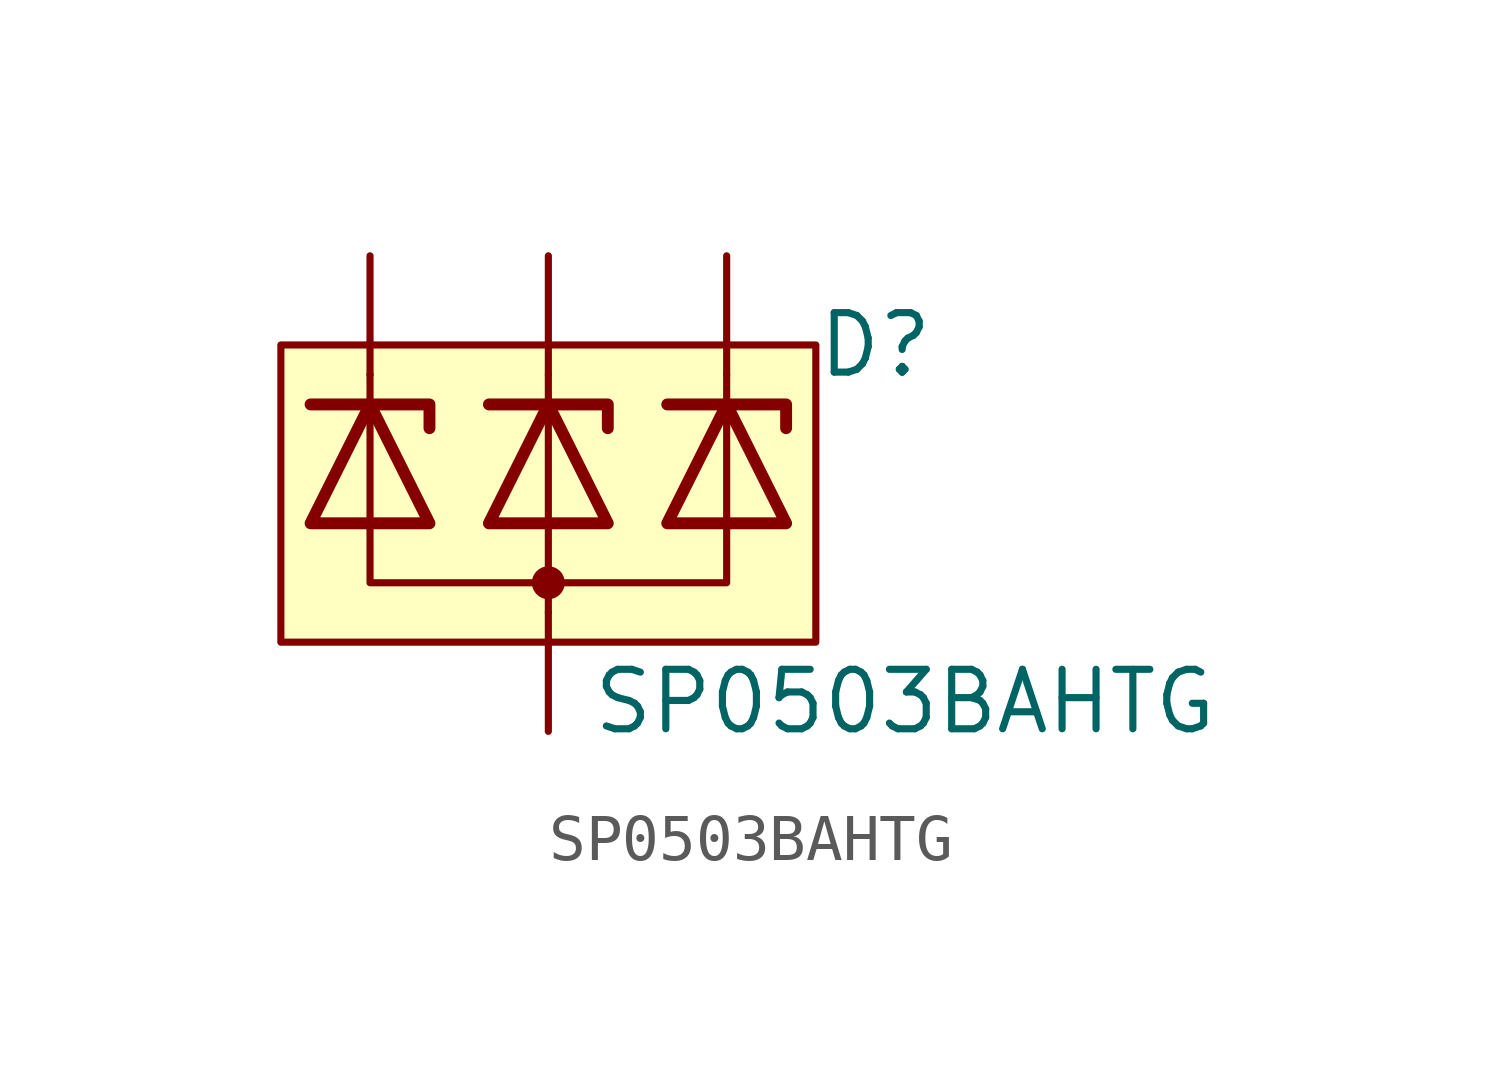
<source format=kicad_sym>
(kicad_symbol_lib
  (version 20211014)
  (generator kicad_symbol_editor)
  (symbol "SP0503BAHTG"
    (pin_numbers hide)
    (pin_names
      (offset 0) hide)
    (property "Reference" "D"
      (at 6.985 3.175 0)
      (effects (font (size 1.27 1.27))))
    (property "Value" "SP0503BAHTG"
      (at 7.62 -4.445 0)
      (effects (font (size 1.27 1.27))))
    (symbol "SP0503BAHTG_0_1"
      (rectangle (start -5.715 3.175) (end 5.715 -3.175) (stroke (width 0) (type default) (color 0 0 0 0)) (fill (type background)))
      (circle (center 0 -1.905) (radius 0.276) (stroke (width 0) (type default) (color 0 0 0 0)) (fill (type outline)))
      (polyline (pts (xy -3.81 -0.635) (xy -3.81 1.905)) (stroke (width 0) (type default) (color 0 0 0 0)) (fill (type none)))
      (polyline (pts (xy -3.81 2.54) (xy -3.81 1.905)) (stroke (width 0) (type default) (color 0 0 0 0)) (fill (type none)))
      (polyline (pts (xy 0 -2.54) (xy 0 -1.905)) (stroke (width 0) (type default) (color 0 0 0 0)) (fill (type none)))
      (polyline (pts (xy 0 -1.905) (xy 0 -0.635)) (stroke (width 0) (type default) (color 0 0 0 0)) (fill (type none)))
      (polyline (pts (xy 0 -0.635) (xy 0 1.905)) (stroke (width 0) (type default) (color 0 0 0 0)) (fill (type none)))
      (polyline (pts (xy 0 2.54) (xy 0 1.905)) (stroke (width 0) (type default) (color 0 0 0 0)) (fill (type none)))
      (polyline (pts (xy 3.81 -0.635) (xy 3.81 1.905)) (stroke (width 0) (type default) (color 0 0 0 0)) (fill (type none)))
      (polyline (pts (xy 3.81 2.54) (xy 3.81 1.905)) (stroke (width 0) (type default) (color 0 0 0 0)) (fill (type none)))
      (polyline (pts (xy -5.08 1.905) (xy -2.54 1.905) (xy -2.54 1.397)) (stroke (width 0.254) (type default) (color 0 0 0 0)) (fill (type none)))
      (polyline (pts (xy -1.27 1.905) (xy 1.27 1.905) (xy 1.27 1.397)) (stroke (width 0.254) (type default) (color 0 0 0 0)) (fill (type none)))
      (polyline (pts (xy 2.54 1.905) (xy 5.08 1.905) (xy 5.08 1.397)) (stroke (width 0.254) (type default) (color 0 0 0 0)) (fill (type none)))
      (polyline (pts (xy -5.08 -0.635) (xy -2.54 -0.635) (xy -3.81 1.905) (xy -5.08 -0.635)) (stroke (width 0.254) (type default) (color 0 0 0 0)) (fill (type none)))
      (polyline (pts (xy -1.27 -0.635) (xy 1.27 -0.635) (xy 0 1.905) (xy -1.27 -0.635)) (stroke (width 0.254) (type default) (color 0 0 0 0)) (fill (type none)))
      (polyline (pts (xy 2.54 -0.635) (xy 5.08 -0.635) (xy 3.81 1.905) (xy 2.54 -0.635)) (stroke (width 0.254) (type default) (color 0 0 0 0)) (fill (type none)))
      (polyline (pts (xy -3.81 -0.635) (xy -3.81 -1.905) (xy 0 -1.905) (xy 3.81 -1.905) (xy 3.81 -0.635)) (stroke (width 0) (type default) (color 0 0 0 0)) (fill (type none))))
    (symbol "SP0503BAHTG_1_1"
      (pin passive line (at 0 -5.08 90) (length 2.54) (name "A" (effects (font (size 1.27 1.27)))) (number "1" (effects (font (size 1.27 1.27)))))
      (pin passive line (at -3.81 5.08 270) (length 2.54) (name "K" (effects (font (size 1.27 1.27)))) (number "2" (effects (font (size 1.27 1.27)))))
      (pin passive line (at 0 5.08 270) (length 2.54) (name "K" (effects (font (size 1.27 1.27)))) (number "3" (effects (font (size 1.27 1.27)))))
      (pin passive line (at 3.81 5.08 270) (length 2.54) (name "K" (effects (font (size 1.27 1.27)))) (number "4" (effects (font (size 1.27 1.27))))))))
</source>
